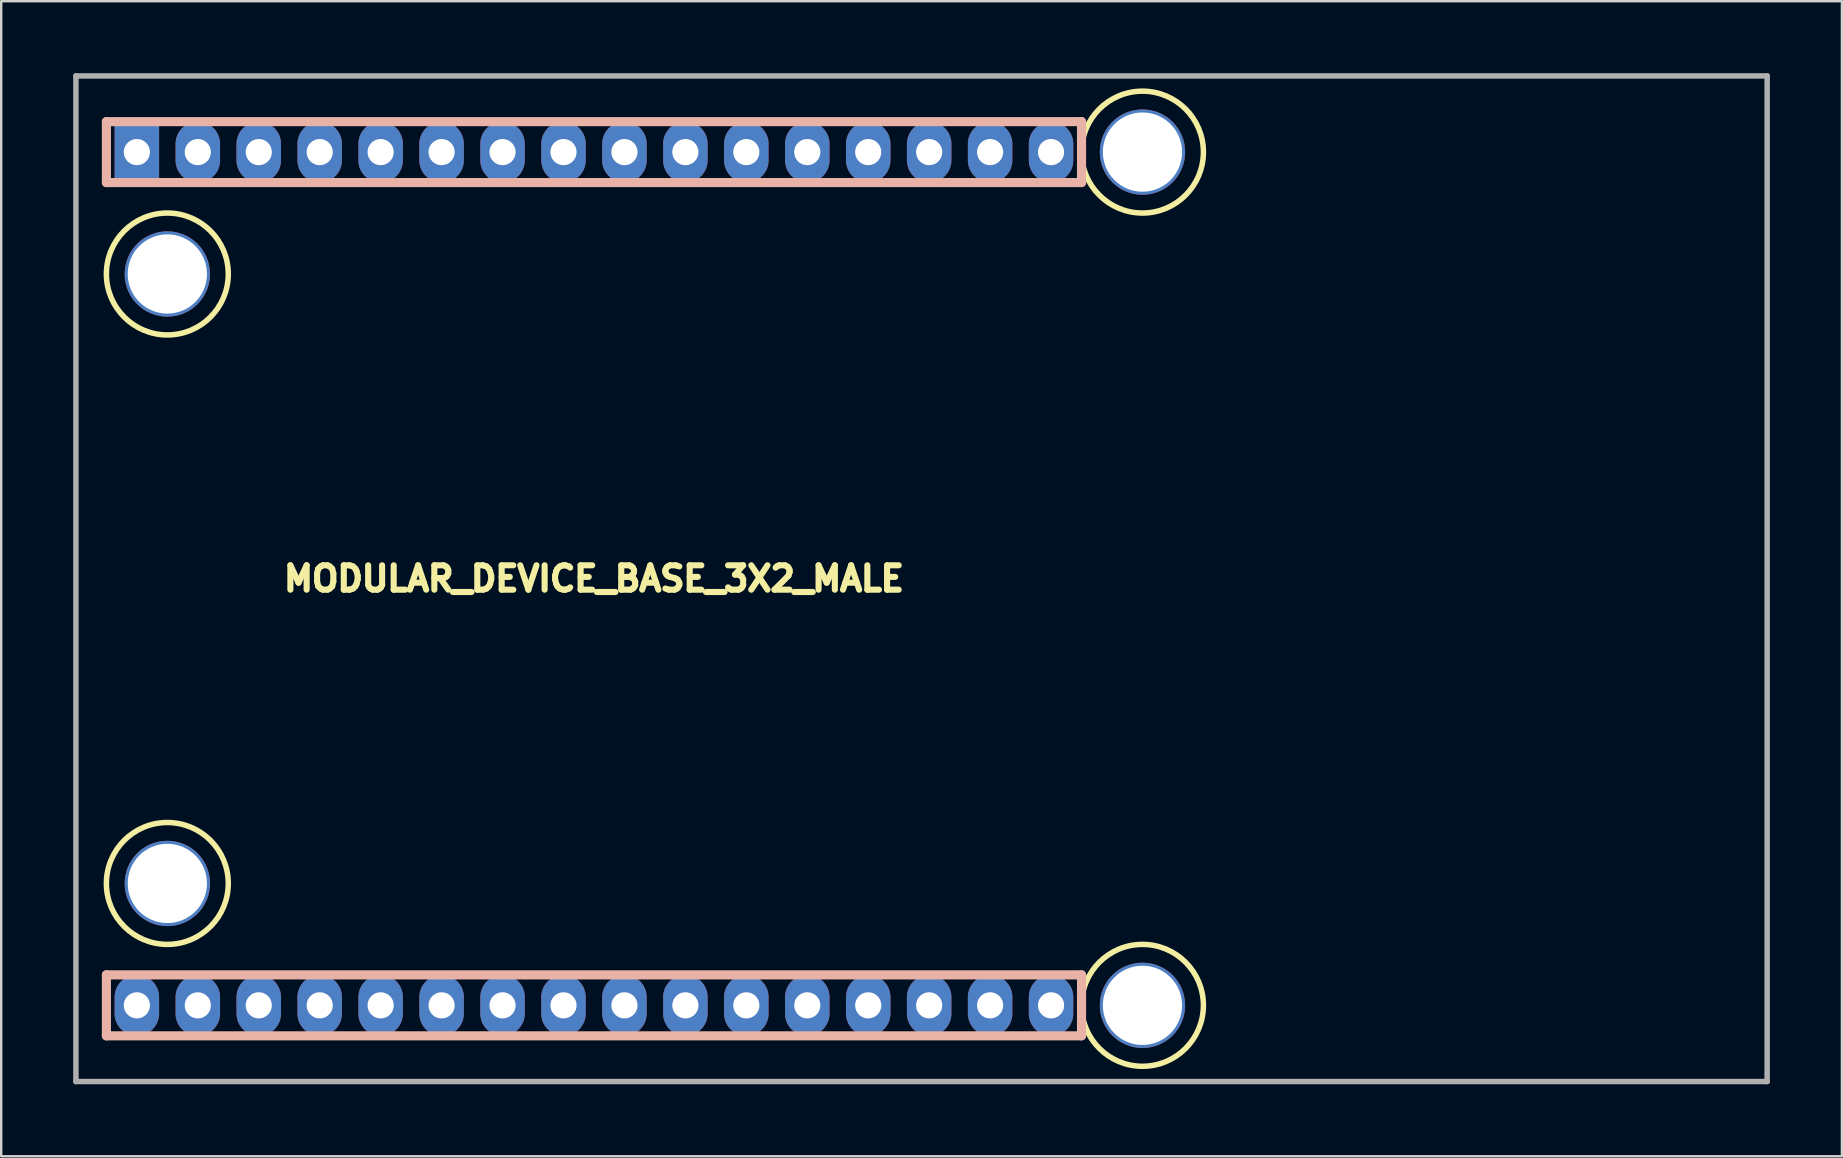
<source format=kicad_pcb>
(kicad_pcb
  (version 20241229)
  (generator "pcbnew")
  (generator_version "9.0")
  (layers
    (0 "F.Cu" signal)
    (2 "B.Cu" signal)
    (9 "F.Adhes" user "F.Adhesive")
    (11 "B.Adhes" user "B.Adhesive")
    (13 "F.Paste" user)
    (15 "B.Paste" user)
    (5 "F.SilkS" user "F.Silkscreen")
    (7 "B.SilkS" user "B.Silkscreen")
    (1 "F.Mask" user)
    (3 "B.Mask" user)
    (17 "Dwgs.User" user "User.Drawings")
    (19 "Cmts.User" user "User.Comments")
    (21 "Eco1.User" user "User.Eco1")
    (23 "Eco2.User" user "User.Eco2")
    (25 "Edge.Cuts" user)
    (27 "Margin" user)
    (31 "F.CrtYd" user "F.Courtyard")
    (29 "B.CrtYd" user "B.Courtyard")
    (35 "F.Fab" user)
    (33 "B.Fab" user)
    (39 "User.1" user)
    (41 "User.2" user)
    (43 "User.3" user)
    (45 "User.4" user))
  (footprint "MODULAR_DEVICE_BASE_3X2_MALE"
    (layer "F.Cu")
    (at 21.704 21.069)
    (property "Reference" "MODULAR_DEVICE_BASE_3X2_MALE" (at 0 0 0) (layer "F.SilkS") (effects (font (size 1.016 1.016) (thickness 0.254))))
    (property "Value" "${VALUE}" (at 0 2.54 0) (layer "F.SilkS") (hide yes) (effects (font (size 1.524 1.524) (thickness 0.305))))
    (attr through_hole)
    (fp_circle (center -17.78 -12.7) (end -15.24 -12.7) (stroke (width 0.229) (type solid)) (fill no) (layer "F.SilkS"))
    (fp_circle (center -17.78 12.7) (end -15.24 12.7) (stroke (width 0.229) (type solid)) (fill no) (layer "F.SilkS"))
    (fp_circle (center 22.86 -17.78) (end 25.4 -17.78) (stroke (width 0.229) (type solid)) (fill no) (layer "F.SilkS"))
    (fp_circle (center 22.86 17.78) (end 25.4 17.78) (stroke (width 0.229) (type solid)) (fill no) (layer "F.SilkS"))
    (fp_line (start -20.32 -19.05) (end -20.32 -16.51) (stroke (width 0.381) (type solid)) (layer "B.SilkS"))
    (fp_line (start -20.32 -16.51) (end 20.32 -16.51) (stroke (width 0.381) (type solid)) (layer "B.SilkS"))
    (fp_line (start -20.32 16.51) (end -20.32 19.05) (stroke (width 0.381) (type solid)) (layer "B.SilkS"))
    (fp_line (start -20.32 19.05) (end 20.32 19.05) (stroke (width 0.381) (type solid)) (layer "B.SilkS"))
    (fp_line (start 20.32 -19.05) (end -20.32 -19.05) (stroke (width 0.381) (type solid)) (layer "B.SilkS"))
    (fp_line (start 20.32 -16.51) (end 20.32 -19.05) (stroke (width 0.381) (type solid)) (layer "B.SilkS"))
    (fp_line (start 20.32 16.51) (end -20.32 16.51) (stroke (width 0.381) (type solid)) (layer "B.SilkS"))
    (fp_line (start 20.32 19.05) (end 20.32 16.51) (stroke (width 0.381) (type solid)) (layer "B.SilkS"))
    (fp_line (start -21.59 -20.955) (end -21.59 20.955) (stroke (width 0.229) (type solid)) (layer "F.Fab"))
    (fp_line (start -21.59 20.955) (end 48.895 20.955) (stroke (width 0.229) (type solid)) (layer "F.Fab"))
    (fp_line (start 48.895 -20.955) (end -21.59 -20.955) (stroke (width 0.229) (type solid)) (layer "F.Fab"))
    (fp_line (start 48.895 20.955) (end 48.895 -20.955) (stroke (width 0.229) (type solid)) (layer "F.Fab"))
    (pad "" thru_hole circle (at -17.78 -12.7) (size 3.556 3.556) (drill 3.302) (layers "*.Cu" "*.Mask"))
    (pad "" thru_hole circle (at -17.78 12.7) (size 3.556 3.556) (drill 3.302) (layers "*.Cu" "*.Mask"))
    (pad "" thru_hole circle (at 22.86 -17.78) (size 3.556 3.556) (drill 3.302) (layers "*.Cu" "*.Mask"))
    (pad "" thru_hole circle (at 22.86 17.78) (size 3.556 3.556) (drill 3.302) (layers "*.Cu" "*.Mask"))
    (pad "2" thru_hole oval (at -8.89 -17.78) (size 1.854 2.54) (drill 1.092) (layers "*.Cu" "*.Mask"))
    (pad "3" thru_hole oval (at -6.35 -17.78) (size 1.854 2.54) (drill 1.092) (layers "*.Cu" "*.Mask"))
    (pad "3V3" thru_hole oval (at -11.43 17.78) (size 1.854 2.54) (drill 1.092) (layers "*.Cu" "*.Mask"))
    (pad "4" thru_hole oval (at -3.81 -17.78) (size 1.854 2.54) (drill 1.092) (layers "*.Cu" "*.Mask"))
    (pad "5" thru_hole oval (at -1.27 -17.78) (size 1.854 2.54) (drill 1.092) (layers "*.Cu" "*.Mask"))
    (pad "6" thru_hole oval (at 1.27 -17.78) (size 1.854 2.54) (drill 1.092) (layers "*.Cu" "*.Mask"))
    (pad "9" thru_hole oval (at 8.89 -17.78) (size 1.854 2.54) (drill 1.092) (layers "*.Cu" "*.Mask"))
    (pad "10" thru_hole oval (at 11.43 -17.78) (size 1.854 2.54) (drill 1.092) (layers "*.Cu" "*.Mask"))
    (pad "11" thru_hole oval (at 13.97 -17.78) (size 1.854 2.54) (drill 1.092) (layers "*.Cu" "*.Mask"))
    (pad "12" thru_hole oval (at 16.51 -17.78) (size 1.854 2.54) (drill 1.092) (layers "*.Cu" "*.Mask"))
    (pad "13" thru_hole oval (at 16.51 17.78) (size 1.854 2.54) (drill 1.092) (layers "*.Cu" "*.Mask"))
    (pad "14" thru_hole oval (at 13.97 17.78) (size 1.854 2.54) (drill 1.092) (layers "*.Cu" "*.Mask"))
    (pad "15" thru_hole oval (at 11.43 17.78) (size 1.854 2.54) (drill 1.092) (layers "*.Cu" "*.Mask"))
    (pad "16" thru_hole oval (at 8.89 17.78) (size 1.854 2.54) (drill 1.092) (layers "*.Cu" "*.Mask"))
    (pad "17" thru_hole oval (at 6.35 17.78) (size 1.854 2.54) (drill 1.092) (layers "*.Cu" "*.Mask"))
    (pad "18" thru_hole oval (at 3.81 17.78) (size 1.854 2.54) (drill 1.092) (layers "*.Cu" "*.Mask"))
    (pad "19" thru_hole oval (at 1.27 17.78) (size 1.854 2.54) (drill 1.092) (layers "*.Cu" "*.Mask"))
    (pad "20" thru_hole oval (at -1.27 17.78) (size 1.854 2.54) (drill 1.092) (layers "*.Cu" "*.Mask"))
    (pad "21" thru_hole oval (at -3.81 17.78) (size 1.854 2.54) (drill 1.092) (layers "*.Cu" "*.Mask"))
    (pad "22" thru_hole oval (at -6.35 17.78) (size 1.854 2.54) (drill 1.092) (layers "*.Cu" "*.Mask"))
    (pad "23" thru_hole oval (at -8.89 17.78) (size 1.854 2.54) (drill 1.092) (layers "*.Cu" "*.Mask"))
    (pad "24" thru_hole oval (at -13.97 -17.78) (size 1.854 2.54) (drill 1.092) (layers "*.Cu" "*.Mask"))
    (pad "25" thru_hole oval (at -11.43 -17.78) (size 1.854 2.54) (drill 1.092) (layers "*.Cu" "*.Mask"))
    (pad "28" thru_hole oval (at 19.05 -17.78) (size 1.854 2.54) (drill 1.092) (layers "*.Cu" "*.Mask"))
    (pad "29" thru_hole oval (at 6.35 -17.78) (size 1.854 2.54) (drill 1.092) (layers "*.Cu" "*.Mask"))
    (pad "30" thru_hole oval (at 3.81 -17.78) (size 1.854 2.54) (drill 1.092) (layers "*.Cu" "*.Mask"))
    (pad "AGND" thru_hole oval (at -13.97 17.78) (size 1.854 2.54) (drill 1.092) (layers "*.Cu" "*.Mask"))
    (pad "AREF" thru_hole oval (at -19.05 17.78) (size 1.854 2.54) (drill 1.092) (layers "*.Cu" "*.Mask"))
    (pad "DAC" thru_hole oval (at 19.05 17.78) (size 1.854 2.54) (drill 1.092) (layers "*.Cu" "*.Mask"))
    (pad "GND" thru_hole oval (at -16.51 -17.78) (size 1.854 2.54) (drill 1.092) (layers "*.Cu" "*.Mask"))
    (pad "VDD" thru_hole rect (at -19.05 -17.78) (size 1.854 2.54) (drill 1.092) (layers "*.Cu" "*.Mask"))
    (pad "VEE" thru_hole oval (at -16.51 17.78) (size 1.854 2.54) (drill 1.092) (layers "*.Cu" "*.Mask")))
  (gr_rect
    (start -3 -3)
    (end 73.714 45.139)
    (stroke (width 0.1) (type default))
    (fill no)
    (layer "Edge.Cuts")))
</source>
